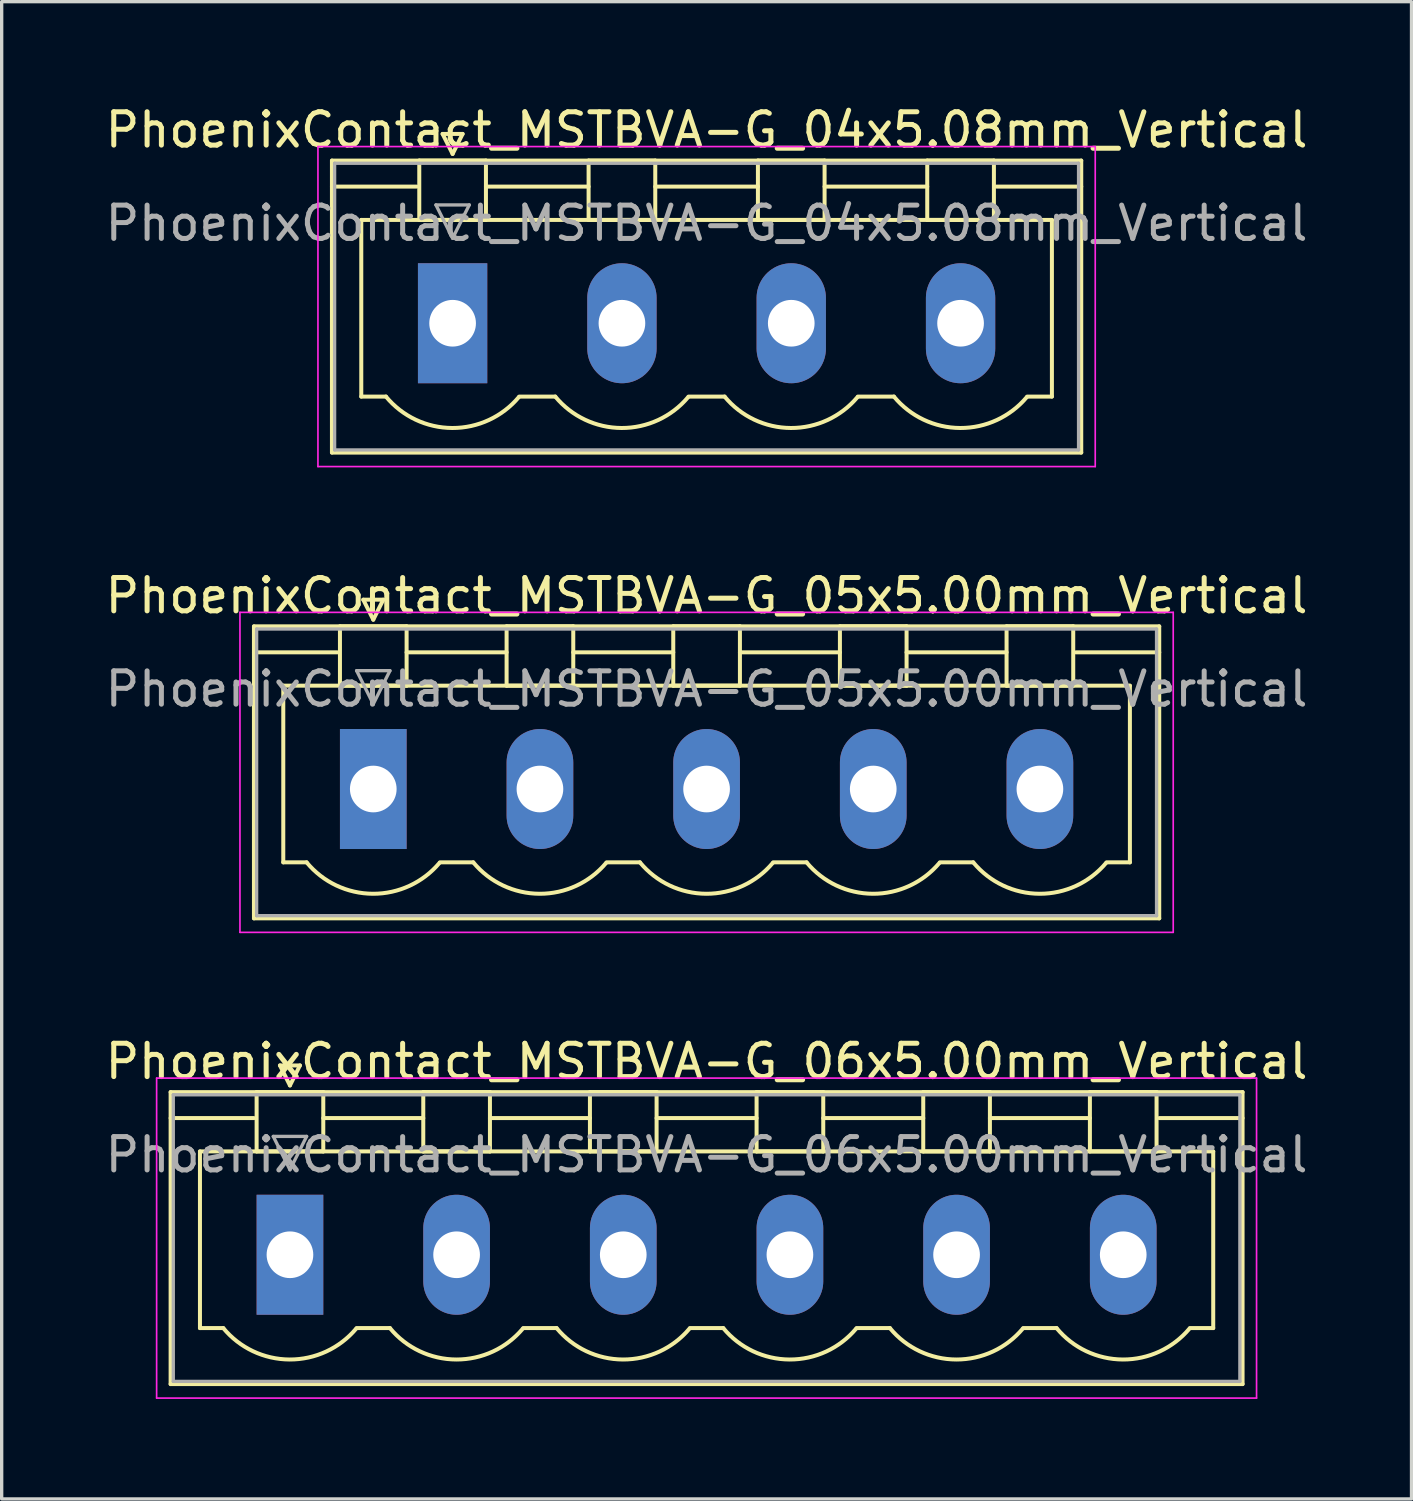
<source format=kicad_pcb>
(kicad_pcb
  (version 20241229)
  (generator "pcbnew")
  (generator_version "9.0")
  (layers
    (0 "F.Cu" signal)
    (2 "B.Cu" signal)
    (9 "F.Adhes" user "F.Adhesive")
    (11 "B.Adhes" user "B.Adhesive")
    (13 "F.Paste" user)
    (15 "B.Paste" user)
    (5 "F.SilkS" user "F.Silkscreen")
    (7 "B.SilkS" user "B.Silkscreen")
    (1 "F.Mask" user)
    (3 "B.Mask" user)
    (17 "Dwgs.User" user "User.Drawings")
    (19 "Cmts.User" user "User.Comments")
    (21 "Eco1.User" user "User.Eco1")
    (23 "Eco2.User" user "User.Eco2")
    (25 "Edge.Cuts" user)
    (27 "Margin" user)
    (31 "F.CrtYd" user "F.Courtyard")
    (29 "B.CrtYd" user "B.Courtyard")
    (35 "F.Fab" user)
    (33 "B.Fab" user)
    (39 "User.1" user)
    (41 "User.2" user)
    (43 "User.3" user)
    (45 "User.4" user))
  (footprint "PhoenixContact_MSTBVA-G_04x5.08mm_Vertical"
    (layer "F.Cu")
    (at 10.529 6.648)
    (property "Reference" "PhoenixContact_MSTBVA-G_04x5.08mm_Vertical" (at 7.62 -5.8 0) (layer "F.SilkS") (effects (font (size 1 1) (thickness 0.15))))
    (attr through_hole)
    (fp_line (start -3.62 -4.88) (end -3.62 3.88) (stroke (width 0.12) (type solid)) (layer "F.SilkS"))
    (fp_line (start -3.62 -4.1) (end -1.08 -4.1) (stroke (width 0.12) (type solid)) (layer "F.SilkS"))
    (fp_line (start -3.62 3.88) (end 18.86 3.88) (stroke (width 0.12) (type solid)) (layer "F.SilkS"))
    (fp_line (start -2.74 -3.1) (end 17.98 -3.1) (stroke (width 0.12) (type solid)) (layer "F.SilkS"))
    (fp_line (start -2.74 2.2) (end -2.74 -3.1) (stroke (width 0.12) (type solid)) (layer "F.SilkS"))
    (fp_line (start -2 2.2) (end -2.74 2.2) (stroke (width 0.12) (type solid)) (layer "F.SilkS"))
    (fp_line (start -1 -4.88) (end 1 -4.88) (stroke (width 0.12) (type solid)) (layer "F.SilkS"))
    (fp_line (start -1 -3.1) (end -1 -4.88) (stroke (width 0.12) (type solid)) (layer "F.SilkS"))
    (fp_line (start -0.3 -5.68) (end 0.3 -5.68) (stroke (width 0.12) (type solid)) (layer "F.SilkS"))
    (fp_line (start 0 -5.08) (end -0.3 -5.68) (stroke (width 0.12) (type solid)) (layer "F.SilkS"))
    (fp_line (start 0.3 -5.68) (end 0 -5.08) (stroke (width 0.12) (type solid)) (layer "F.SilkS"))
    (fp_line (start 1 -4.88) (end 1 -3.1) (stroke (width 0.12) (type solid)) (layer "F.SilkS"))
    (fp_line (start 1 -4.1) (end 4.08 -4.1) (stroke (width 0.12) (type solid)) (layer "F.SilkS"))
    (fp_line (start 1 -3.1) (end -1 -3.1) (stroke (width 0.12) (type solid)) (layer "F.SilkS"))
    (fp_line (start 2 2.2) (end 3.08 2.2) (stroke (width 0.12) (type solid)) (layer "F.SilkS"))
    (fp_line (start 4.08 -4.88) (end 6.08 -4.88) (stroke (width 0.12) (type solid)) (layer "F.SilkS"))
    (fp_line (start 4.08 -3.1) (end 4.08 -4.88) (stroke (width 0.12) (type solid)) (layer "F.SilkS"))
    (fp_line (start 6.08 -4.88) (end 6.08 -3.1) (stroke (width 0.12) (type solid)) (layer "F.SilkS"))
    (fp_line (start 6.08 -4.1) (end 9.16 -4.1) (stroke (width 0.12) (type solid)) (layer "F.SilkS"))
    (fp_line (start 6.08 -3.1) (end 4.08 -3.1) (stroke (width 0.12) (type solid)) (layer "F.SilkS"))
    (fp_line (start 7.08 2.2) (end 8.16 2.2) (stroke (width 0.12) (type solid)) (layer "F.SilkS"))
    (fp_line (start 9.16 -4.88) (end 11.16 -4.88) (stroke (width 0.12) (type solid)) (layer "F.SilkS"))
    (fp_line (start 9.16 -3.1) (end 9.16 -4.88) (stroke (width 0.12) (type solid)) (layer "F.SilkS"))
    (fp_line (start 11.16 -4.88) (end 11.16 -3.1) (stroke (width 0.12) (type solid)) (layer "F.SilkS"))
    (fp_line (start 11.16 -4.1) (end 14.24 -4.1) (stroke (width 0.12) (type solid)) (layer "F.SilkS"))
    (fp_line (start 11.16 -3.1) (end 9.16 -3.1) (stroke (width 0.12) (type solid)) (layer "F.SilkS"))
    (fp_line (start 12.16 2.2) (end 13.24 2.2) (stroke (width 0.12) (type solid)) (layer "F.SilkS"))
    (fp_line (start 14.24 -4.88) (end 16.24 -4.88) (stroke (width 0.12) (type solid)) (layer "F.SilkS"))
    (fp_line (start 14.24 -3.1) (end 14.24 -4.88) (stroke (width 0.12) (type solid)) (layer "F.SilkS"))
    (fp_line (start 16.24 -4.88) (end 16.24 -3.1) (stroke (width 0.12) (type solid)) (layer "F.SilkS"))
    (fp_line (start 16.24 -3.1) (end 14.24 -3.1) (stroke (width 0.12) (type solid)) (layer "F.SilkS"))
    (fp_line (start 17.98 -3.1) (end 17.98 2.2) (stroke (width 0.12) (type solid)) (layer "F.SilkS"))
    (fp_line (start 17.98 2.2) (end 17.24 2.2) (stroke (width 0.12) (type solid)) (layer "F.SilkS"))
    (fp_line (start 18.86 -4.88) (end -3.62 -4.88) (stroke (width 0.12) (type solid)) (layer "F.SilkS"))
    (fp_line (start 18.86 -4.1) (end 16.32 -4.1) (stroke (width 0.12) (type solid)) (layer "F.SilkS"))
    (fp_line (start 18.86 3.88) (end 18.86 -4.88) (stroke (width 0.12) (type solid)) (layer "F.SilkS"))
    (fp_arc (start 1.986842 2.215821) (mid -0.010289 3.142758) (end -2 2.2) (stroke (width 0.12) (type solid)) (layer "F.SilkS"))
    (fp_arc (start 7.066842 2.215821) (mid 5.069711 3.142758) (end 3.08 2.2) (stroke (width 0.12) (type solid)) (layer "F.SilkS"))
    (fp_arc (start 12.146842 2.215821) (mid 10.149711 3.142758) (end 8.16 2.2) (stroke (width 0.12) (type solid)) (layer "F.SilkS"))
    (fp_arc (start 17.226842 2.215821) (mid 15.229711 3.142758) (end 13.24 2.2) (stroke (width 0.12) (type solid)) (layer "F.SilkS"))
    (fp_line (start -4.04 -5.3) (end -4.04 4.3) (stroke (width 0.05) (type solid)) (layer "F.CrtYd"))
    (fp_line (start -4.04 4.3) (end 19.28 4.3) (stroke (width 0.05) (type solid)) (layer "F.CrtYd"))
    (fp_line (start 19.28 -5.3) (end -4.04 -5.3) (stroke (width 0.05) (type solid)) (layer "F.CrtYd"))
    (fp_line (start 19.28 4.3) (end 19.28 -5.3) (stroke (width 0.05) (type solid)) (layer "F.CrtYd"))
    (fp_line (start -3.54 -4.8) (end -3.54 3.8) (stroke (width 0.1) (type solid)) (layer "F.Fab"))
    (fp_line (start -3.54 3.8) (end 18.78 3.8) (stroke (width 0.1) (type solid)) (layer "F.Fab"))
    (fp_line (start -0.5 -3.55) (end 0.5 -3.55) (stroke (width 0.1) (type solid)) (layer "F.Fab"))
    (fp_line (start 0 -2.55) (end -0.5 -3.55) (stroke (width 0.1) (type solid)) (layer "F.Fab"))
    (fp_line (start 0.5 -3.55) (end 0 -2.55) (stroke (width 0.1) (type solid)) (layer "F.Fab"))
    (fp_line (start 18.78 -4.8) (end -3.54 -4.8) (stroke (width 0.1) (type solid)) (layer "F.Fab"))
    (fp_line (start 18.78 3.8) (end 18.78 -4.8) (stroke (width 0.1) (type solid)) (layer "F.Fab"))
    (fp_text user "${REFERENCE}" (at 7.62 -3 0) (layer "F.Fab") (effects (font (size 1 1) (thickness 0.15))))
    (pad "1" thru_hole rect (at 0 0) (size 2.08 3.6) (drill 1.4) (layers "*.Cu" "*.Mask"))
    (pad "2" thru_hole oval (at 5.08 0) (size 2.08 3.6) (drill 1.4) (layers "*.Cu" "*.Mask"))
    (pad "3" thru_hole oval (at 10.16 0) (size 2.08 3.6) (drill 1.4) (layers "*.Cu" "*.Mask"))
    (pad "4" thru_hole oval (at 15.24 0) (size 2.08 3.6) (drill 1.4) (layers "*.Cu" "*.Mask")))
  (footprint "PhoenixContact_MSTBVA-G_06x5.00mm_Vertical"
    (layer "F.Cu")
    (at 5.649 34.595)
    (property "Reference" "PhoenixContact_MSTBVA-G_06x5.00mm_Vertical" (at 12.5 -5.8 0) (layer "F.SilkS") (effects (font (size 1 1) (thickness 0.15))))
    (attr through_hole)
    (fp_line (start -3.58 -4.88) (end -3.58 3.88) (stroke (width 0.12) (type solid)) (layer "F.SilkS"))
    (fp_line (start -3.58 -4.1) (end -1.08 -4.1) (stroke (width 0.12) (type solid)) (layer "F.SilkS"))
    (fp_line (start -3.58 3.88) (end 28.58 3.88) (stroke (width 0.12) (type solid)) (layer "F.SilkS"))
    (fp_line (start -2.7 -3.1) (end 27.7 -3.1) (stroke (width 0.12) (type solid)) (layer "F.SilkS"))
    (fp_line (start -2.7 2.2) (end -2.7 -3.1) (stroke (width 0.12) (type solid)) (layer "F.SilkS"))
    (fp_line (start -2 2.2) (end -2.7 2.2) (stroke (width 0.12) (type solid)) (layer "F.SilkS"))
    (fp_line (start -1 -4.88) (end 1 -4.88) (stroke (width 0.12) (type solid)) (layer "F.SilkS"))
    (fp_line (start -1 -3.1) (end -1 -4.88) (stroke (width 0.12) (type solid)) (layer "F.SilkS"))
    (fp_line (start -0.3 -5.68) (end 0.3 -5.68) (stroke (width 0.12) (type solid)) (layer "F.SilkS"))
    (fp_line (start 0 -5.08) (end -0.3 -5.68) (stroke (width 0.12) (type solid)) (layer "F.SilkS"))
    (fp_line (start 0.3 -5.68) (end 0 -5.08) (stroke (width 0.12) (type solid)) (layer "F.SilkS"))
    (fp_line (start 1 -4.88) (end 1 -3.1) (stroke (width 0.12) (type solid)) (layer "F.SilkS"))
    (fp_line (start 1 -4.1) (end 4 -4.1) (stroke (width 0.12) (type solid)) (layer "F.SilkS"))
    (fp_line (start 1 -3.1) (end -1 -3.1) (stroke (width 0.12) (type solid)) (layer "F.SilkS"))
    (fp_line (start 2 2.2) (end 3 2.2) (stroke (width 0.12) (type solid)) (layer "F.SilkS"))
    (fp_line (start 4 -4.88) (end 6 -4.88) (stroke (width 0.12) (type solid)) (layer "F.SilkS"))
    (fp_line (start 4 -3.1) (end 4 -4.88) (stroke (width 0.12) (type solid)) (layer "F.SilkS"))
    (fp_line (start 6 -4.88) (end 6 -3.1) (stroke (width 0.12) (type solid)) (layer "F.SilkS"))
    (fp_line (start 6 -4.1) (end 9 -4.1) (stroke (width 0.12) (type solid)) (layer "F.SilkS"))
    (fp_line (start 6 -3.1) (end 4 -3.1) (stroke (width 0.12) (type solid)) (layer "F.SilkS"))
    (fp_line (start 7 2.2) (end 8 2.2) (stroke (width 0.12) (type solid)) (layer "F.SilkS"))
    (fp_line (start 9 -4.88) (end 11 -4.88) (stroke (width 0.12) (type solid)) (layer "F.SilkS"))
    (fp_line (start 9 -3.1) (end 9 -4.88) (stroke (width 0.12) (type solid)) (layer "F.SilkS"))
    (fp_line (start 11 -4.88) (end 11 -3.1) (stroke (width 0.12) (type solid)) (layer "F.SilkS"))
    (fp_line (start 11 -4.1) (end 14 -4.1) (stroke (width 0.12) (type solid)) (layer "F.SilkS"))
    (fp_line (start 11 -3.1) (end 9 -3.1) (stroke (width 0.12) (type solid)) (layer "F.SilkS"))
    (fp_line (start 12 2.2) (end 13 2.2) (stroke (width 0.12) (type solid)) (layer "F.SilkS"))
    (fp_line (start 14 -4.88) (end 16 -4.88) (stroke (width 0.12) (type solid)) (layer "F.SilkS"))
    (fp_line (start 14 -3.1) (end 14 -4.88) (stroke (width 0.12) (type solid)) (layer "F.SilkS"))
    (fp_line (start 16 -4.88) (end 16 -3.1) (stroke (width 0.12) (type solid)) (layer "F.SilkS"))
    (fp_line (start 16 -4.1) (end 19 -4.1) (stroke (width 0.12) (type solid)) (layer "F.SilkS"))
    (fp_line (start 16 -3.1) (end 14 -3.1) (stroke (width 0.12) (type solid)) (layer "F.SilkS"))
    (fp_line (start 17 2.2) (end 18 2.2) (stroke (width 0.12) (type solid)) (layer "F.SilkS"))
    (fp_line (start 19 -4.88) (end 21 -4.88) (stroke (width 0.12) (type solid)) (layer "F.SilkS"))
    (fp_line (start 19 -3.1) (end 19 -4.88) (stroke (width 0.12) (type solid)) (layer "F.SilkS"))
    (fp_line (start 21 -4.88) (end 21 -3.1) (stroke (width 0.12) (type solid)) (layer "F.SilkS"))
    (fp_line (start 21 -4.1) (end 24 -4.1) (stroke (width 0.12) (type solid)) (layer "F.SilkS"))
    (fp_line (start 21 -3.1) (end 19 -3.1) (stroke (width 0.12) (type solid)) (layer "F.SilkS"))
    (fp_line (start 22 2.2) (end 23 2.2) (stroke (width 0.12) (type solid)) (layer "F.SilkS"))
    (fp_line (start 24 -4.88) (end 26 -4.88) (stroke (width 0.12) (type solid)) (layer "F.SilkS"))
    (fp_line (start 24 -3.1) (end 24 -4.88) (stroke (width 0.12) (type solid)) (layer "F.SilkS"))
    (fp_line (start 26 -4.88) (end 26 -3.1) (stroke (width 0.12) (type solid)) (layer "F.SilkS"))
    (fp_line (start 26 -3.1) (end 24 -3.1) (stroke (width 0.12) (type solid)) (layer "F.SilkS"))
    (fp_line (start 27.7 -3.1) (end 27.7 2.2) (stroke (width 0.12) (type solid)) (layer "F.SilkS"))
    (fp_line (start 27.7 2.2) (end 27 2.2) (stroke (width 0.12) (type solid)) (layer "F.SilkS"))
    (fp_line (start 28.58 -4.88) (end -3.58 -4.88) (stroke (width 0.12) (type solid)) (layer "F.SilkS"))
    (fp_line (start 28.58 -4.1) (end 26.08 -4.1) (stroke (width 0.12) (type solid)) (layer "F.SilkS"))
    (fp_line (start 28.58 3.88) (end 28.58 -4.88) (stroke (width 0.12) (type solid)) (layer "F.SilkS"))
    (fp_arc (start 1.986842 2.215821) (mid -0.010289 3.142758) (end -2 2.2) (stroke (width 0.12) (type solid)) (layer "F.SilkS"))
    (fp_arc (start 6.986842 2.215821) (mid 4.989711 3.142758) (end 3 2.2) (stroke (width 0.12) (type solid)) (layer "F.SilkS"))
    (fp_arc (start 11.986842 2.215821) (mid 9.989711 3.142758) (end 8 2.2) (stroke (width 0.12) (type solid)) (layer "F.SilkS"))
    (fp_arc (start 16.986842 2.215821) (mid 14.989711 3.142758) (end 13 2.2) (stroke (width 0.12) (type solid)) (layer "F.SilkS"))
    (fp_arc (start 21.986842 2.215821) (mid 19.989711 3.142758) (end 18 2.2) (stroke (width 0.12) (type solid)) (layer "F.SilkS"))
    (fp_arc (start 26.986842 2.215821) (mid 24.989711 3.142758) (end 23 2.2) (stroke (width 0.12) (type solid)) (layer "F.SilkS"))
    (fp_line (start -4 -5.3) (end -4 4.3) (stroke (width 0.05) (type solid)) (layer "F.CrtYd"))
    (fp_line (start -4 4.3) (end 29 4.3) (stroke (width 0.05) (type solid)) (layer "F.CrtYd"))
    (fp_line (start 29 -5.3) (end -4 -5.3) (stroke (width 0.05) (type solid)) (layer "F.CrtYd"))
    (fp_line (start 29 4.3) (end 29 -5.3) (stroke (width 0.05) (type solid)) (layer "F.CrtYd"))
    (fp_line (start -3.5 -4.8) (end -3.5 3.8) (stroke (width 0.1) (type solid)) (layer "F.Fab"))
    (fp_line (start -3.5 3.8) (end 28.5 3.8) (stroke (width 0.1) (type solid)) (layer "F.Fab"))
    (fp_line (start -0.5 -3.55) (end 0.5 -3.55) (stroke (width 0.1) (type solid)) (layer "F.Fab"))
    (fp_line (start 0 -2.55) (end -0.5 -3.55) (stroke (width 0.1) (type solid)) (layer "F.Fab"))
    (fp_line (start 0.5 -3.55) (end 0 -2.55) (stroke (width 0.1) (type solid)) (layer "F.Fab"))
    (fp_line (start 28.5 -4.8) (end -3.5 -4.8) (stroke (width 0.1) (type solid)) (layer "F.Fab"))
    (fp_line (start 28.5 3.8) (end 28.5 -4.8) (stroke (width 0.1) (type solid)) (layer "F.Fab"))
    (fp_text user "${REFERENCE}" (at 12.5 -3 0) (layer "F.Fab") (effects (font (size 1 1) (thickness 0.15))))
    (pad "1" thru_hole rect (at 0 0) (size 2 3.6) (drill 1.4) (layers "*.Cu" "*.Mask"))
    (pad "2" thru_hole oval (at 5 0) (size 2 3.6) (drill 1.4) (layers "*.Cu" "*.Mask"))
    (pad "3" thru_hole oval (at 10 0) (size 2 3.6) (drill 1.4) (layers "*.Cu" "*.Mask"))
    (pad "4" thru_hole oval (at 15 0) (size 2 3.6) (drill 1.4) (layers "*.Cu" "*.Mask"))
    (pad "5" thru_hole oval (at 20 0) (size 2 3.6) (drill 1.4) (layers "*.Cu" "*.Mask"))
    (pad "6" thru_hole oval (at 25 0) (size 2 3.6) (drill 1.4) (layers "*.Cu" "*.Mask")))
  (footprint "PhoenixContact_MSTBVA-G_05x5.00mm_Vertical"
    (layer "F.Cu")
    (at 8.149 20.622)
    (property "Reference" "PhoenixContact_MSTBVA-G_05x5.00mm_Vertical" (at 10 -5.8 0) (layer "F.SilkS") (effects (font (size 1 1) (thickness 0.15))))
    (attr through_hole)
    (fp_line (start -3.58 -4.88) (end -3.58 3.88) (stroke (width 0.12) (type solid)) (layer "F.SilkS"))
    (fp_line (start -3.58 -4.1) (end -1.08 -4.1) (stroke (width 0.12) (type solid)) (layer "F.SilkS"))
    (fp_line (start -3.58 3.88) (end 23.58 3.88) (stroke (width 0.12) (type solid)) (layer "F.SilkS"))
    (fp_line (start -2.7 -3.1) (end 22.7 -3.1) (stroke (width 0.12) (type solid)) (layer "F.SilkS"))
    (fp_line (start -2.7 2.2) (end -2.7 -3.1) (stroke (width 0.12) (type solid)) (layer "F.SilkS"))
    (fp_line (start -2 2.2) (end -2.7 2.2) (stroke (width 0.12) (type solid)) (layer "F.SilkS"))
    (fp_line (start -1 -4.88) (end 1 -4.88) (stroke (width 0.12) (type solid)) (layer "F.SilkS"))
    (fp_line (start -1 -3.1) (end -1 -4.88) (stroke (width 0.12) (type solid)) (layer "F.SilkS"))
    (fp_line (start -0.3 -5.68) (end 0.3 -5.68) (stroke (width 0.12) (type solid)) (layer "F.SilkS"))
    (fp_line (start 0 -5.08) (end -0.3 -5.68) (stroke (width 0.12) (type solid)) (layer "F.SilkS"))
    (fp_line (start 0.3 -5.68) (end 0 -5.08) (stroke (width 0.12) (type solid)) (layer "F.SilkS"))
    (fp_line (start 1 -4.88) (end 1 -3.1) (stroke (width 0.12) (type solid)) (layer "F.SilkS"))
    (fp_line (start 1 -4.1) (end 4 -4.1) (stroke (width 0.12) (type solid)) (layer "F.SilkS"))
    (fp_line (start 1 -3.1) (end -1 -3.1) (stroke (width 0.12) (type solid)) (layer "F.SilkS"))
    (fp_line (start 2 2.2) (end 3 2.2) (stroke (width 0.12) (type solid)) (layer "F.SilkS"))
    (fp_line (start 4 -4.88) (end 6 -4.88) (stroke (width 0.12) (type solid)) (layer "F.SilkS"))
    (fp_line (start 4 -3.1) (end 4 -4.88) (stroke (width 0.12) (type solid)) (layer "F.SilkS"))
    (fp_line (start 6 -4.88) (end 6 -3.1) (stroke (width 0.12) (type solid)) (layer "F.SilkS"))
    (fp_line (start 6 -4.1) (end 9 -4.1) (stroke (width 0.12) (type solid)) (layer "F.SilkS"))
    (fp_line (start 6 -3.1) (end 4 -3.1) (stroke (width 0.12) (type solid)) (layer "F.SilkS"))
    (fp_line (start 7 2.2) (end 8 2.2) (stroke (width 0.12) (type solid)) (layer "F.SilkS"))
    (fp_line (start 9 -4.88) (end 11 -4.88) (stroke (width 0.12) (type solid)) (layer "F.SilkS"))
    (fp_line (start 9 -3.1) (end 9 -4.88) (stroke (width 0.12) (type solid)) (layer "F.SilkS"))
    (fp_line (start 11 -4.88) (end 11 -3.1) (stroke (width 0.12) (type solid)) (layer "F.SilkS"))
    (fp_line (start 11 -4.1) (end 14 -4.1) (stroke (width 0.12) (type solid)) (layer "F.SilkS"))
    (fp_line (start 11 -3.1) (end 9 -3.1) (stroke (width 0.12) (type solid)) (layer "F.SilkS"))
    (fp_line (start 12 2.2) (end 13 2.2) (stroke (width 0.12) (type solid)) (layer "F.SilkS"))
    (fp_line (start 14 -4.88) (end 16 -4.88) (stroke (width 0.12) (type solid)) (layer "F.SilkS"))
    (fp_line (start 14 -3.1) (end 14 -4.88) (stroke (width 0.12) (type solid)) (layer "F.SilkS"))
    (fp_line (start 16 -4.88) (end 16 -3.1) (stroke (width 0.12) (type solid)) (layer "F.SilkS"))
    (fp_line (start 16 -4.1) (end 19 -4.1) (stroke (width 0.12) (type solid)) (layer "F.SilkS"))
    (fp_line (start 16 -3.1) (end 14 -3.1) (stroke (width 0.12) (type solid)) (layer "F.SilkS"))
    (fp_line (start 17 2.2) (end 18 2.2) (stroke (width 0.12) (type solid)) (layer "F.SilkS"))
    (fp_line (start 19 -4.88) (end 21 -4.88) (stroke (width 0.12) (type solid)) (layer "F.SilkS"))
    (fp_line (start 19 -3.1) (end 19 -4.88) (stroke (width 0.12) (type solid)) (layer "F.SilkS"))
    (fp_line (start 21 -4.88) (end 21 -3.1) (stroke (width 0.12) (type solid)) (layer "F.SilkS"))
    (fp_line (start 21 -3.1) (end 19 -3.1) (stroke (width 0.12) (type solid)) (layer "F.SilkS"))
    (fp_line (start 22.7 -3.1) (end 22.7 2.2) (stroke (width 0.12) (type solid)) (layer "F.SilkS"))
    (fp_line (start 22.7 2.2) (end 22 2.2) (stroke (width 0.12) (type solid)) (layer "F.SilkS"))
    (fp_line (start 23.58 -4.88) (end -3.58 -4.88) (stroke (width 0.12) (type solid)) (layer "F.SilkS"))
    (fp_line (start 23.58 -4.1) (end 21.08 -4.1) (stroke (width 0.12) (type solid)) (layer "F.SilkS"))
    (fp_line (start 23.58 3.88) (end 23.58 -4.88) (stroke (width 0.12) (type solid)) (layer "F.SilkS"))
    (fp_arc (start 1.986842 2.215821) (mid -0.010289 3.142758) (end -2 2.2) (stroke (width 0.12) (type solid)) (layer "F.SilkS"))
    (fp_arc (start 6.986842 2.215821) (mid 4.989711 3.142758) (end 3 2.2) (stroke (width 0.12) (type solid)) (layer "F.SilkS"))
    (fp_arc (start 11.986842 2.215821) (mid 9.989711 3.142758) (end 8 2.2) (stroke (width 0.12) (type solid)) (layer "F.SilkS"))
    (fp_arc (start 16.986842 2.215821) (mid 14.989711 3.142758) (end 13 2.2) (stroke (width 0.12) (type solid)) (layer "F.SilkS"))
    (fp_arc (start 21.986842 2.215821) (mid 19.989711 3.142758) (end 18 2.2) (stroke (width 0.12) (type solid)) (layer "F.SilkS"))
    (fp_line (start -4 -5.3) (end -4 4.3) (stroke (width 0.05) (type solid)) (layer "F.CrtYd"))
    (fp_line (start -4 4.3) (end 24 4.3) (stroke (width 0.05) (type solid)) (layer "F.CrtYd"))
    (fp_line (start 24 -5.3) (end -4 -5.3) (stroke (width 0.05) (type solid)) (layer "F.CrtYd"))
    (fp_line (start 24 4.3) (end 24 -5.3) (stroke (width 0.05) (type solid)) (layer "F.CrtYd"))
    (fp_line (start -3.5 -4.8) (end -3.5 3.8) (stroke (width 0.1) (type solid)) (layer "F.Fab"))
    (fp_line (start -3.5 3.8) (end 23.5 3.8) (stroke (width 0.1) (type solid)) (layer "F.Fab"))
    (fp_line (start -0.5 -3.55) (end 0.5 -3.55) (stroke (width 0.1) (type solid)) (layer "F.Fab"))
    (fp_line (start 0 -2.55) (end -0.5 -3.55) (stroke (width 0.1) (type solid)) (layer "F.Fab"))
    (fp_line (start 0.5 -3.55) (end 0 -2.55) (stroke (width 0.1) (type solid)) (layer "F.Fab"))
    (fp_line (start 23.5 -4.8) (end -3.5 -4.8) (stroke (width 0.1) (type solid)) (layer "F.Fab"))
    (fp_line (start 23.5 3.8) (end 23.5 -4.8) (stroke (width 0.1) (type solid)) (layer "F.Fab"))
    (fp_text user "${REFERENCE}" (at 10 -3 0) (layer "F.Fab") (effects (font (size 1 1) (thickness 0.15))))
    (pad "1" thru_hole rect (at 0 0) (size 2 3.6) (drill 1.4) (layers "*.Cu" "*.Mask"))
    (pad "2" thru_hole oval (at 5 0) (size 2 3.6) (drill 1.4) (layers "*.Cu" "*.Mask"))
    (pad "3" thru_hole oval (at 10 0) (size 2 3.6) (drill 1.4) (layers "*.Cu" "*.Mask"))
    (pad "4" thru_hole oval (at 15 0) (size 2 3.6) (drill 1.4) (layers "*.Cu" "*.Mask"))
    (pad "5" thru_hole oval (at 20 0) (size 2 3.6) (drill 1.4) (layers "*.Cu" "*.Mask")))
  (gr_rect
    (start -3 -3)
    (end 39.298 41.92)
    (stroke (width 0.1) (type default))
    (fill no)
    (layer "Edge.Cuts")))
</source>
